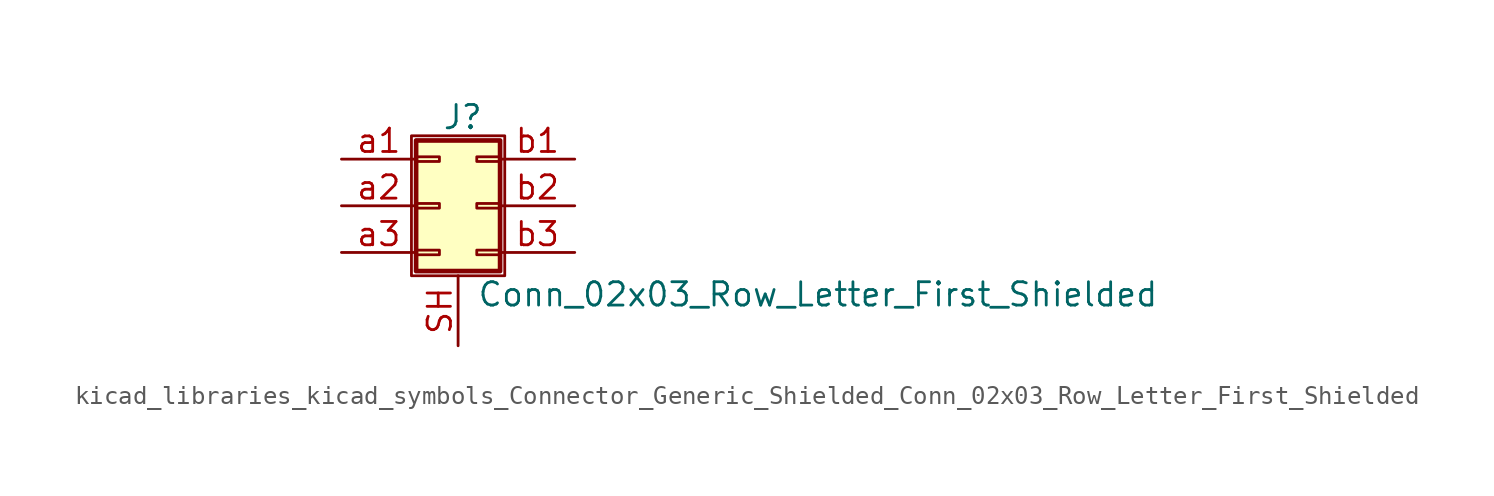
<source format=kicad_sym>
(kicad_symbol_lib
  (version 20220914)
  (generator kicad_symbol_editor)
  (symbol "kicad_libraries_kicad_symbols_Connector_Generic_Shielded_Conn_02x03_Row_Letter_First_Shielded"
    (pin_names
      (offset 1.016) hide)
    (property "Reference" "J"
      (at 1.524 4.826 0)
      (effects (font (size 1.27 1.27))))
    (property "Value" "Conn_02x03_Row_Letter_First_Shielded"
      (at 2.286 -4.826 0)
      (effects (font (size 1.27 1.27)) (justify left)))
    (symbol "kicad_libraries_kicad_symbols_Connector_Generic_Shielded_Conn_02x03_Row_Letter_First_Shielded_1_1"
      (rectangle (start -1.27 3.81) (end 3.81 -3.81) (stroke (width 0.152) (type default)) (fill (type none)))
      (rectangle (start -1.016 -2.413) (end 0.254 -2.667) (stroke (width 0.152) (type default)) (fill (type none)))
      (rectangle (start -1.016 0.127) (end 0.254 -0.127) (stroke (width 0.152) (type default)) (fill (type none)))
      (rectangle (start -1.016 2.667) (end 0.254 2.413) (stroke (width 0.152) (type default)) (fill (type none)))
      (rectangle (start -1.016 3.556) (end 3.556 -3.556) (stroke (width 0.254) (type default)) (fill (type background)))
      (rectangle (start 3.556 -2.413) (end 2.286 -2.667) (stroke (width 0.152) (type default)) (fill (type none)))
      (rectangle (start 3.556 0.127) (end 2.286 -0.127) (stroke (width 0.152) (type default)) (fill (type none)))
      (rectangle (start 3.556 2.667) (end 2.286 2.413) (stroke (width 0.152) (type default)) (fill (type none)))
      (pin passive line (at 1.27 -7.62 90) (length 3.81) (name "Shield" (effects (font (size 1.27 1.27)))) (number "SH" (effects (font (size 1.27 1.27)))))
      (pin passive line (at -5.08 2.54 0) (length 4.064) (name "Pin_a1" (effects (font (size 1.27 1.27)))) (number "a1" (effects (font (size 1.27 1.27)))))
      (pin passive line (at -5.08 0 0) (length 4.064) (name "Pin_a2" (effects (font (size 1.27 1.27)))) (number "a2" (effects (font (size 1.27 1.27)))))
      (pin passive line (at -5.08 -2.54 0) (length 4.064) (name "Pin_a3" (effects (font (size 1.27 1.27)))) (number "a3" (effects (font (size 1.27 1.27)))))
      (pin passive line (at 7.62 2.54 180) (length 4.064) (name "Pin_b1" (effects (font (size 1.27 1.27)))) (number "b1" (effects (font (size 1.27 1.27)))))
      (pin passive line (at 7.62 0 180) (length 4.064) (name "Pin_b2" (effects (font (size 1.27 1.27)))) (number "b2" (effects (font (size 1.27 1.27)))))
      (pin passive line (at 7.62 -2.54 180) (length 4.064) (name "Pin_b3" (effects (font (size 1.27 1.27)))) (number "b3" (effects (font (size 1.27 1.27))))))))
</source>
